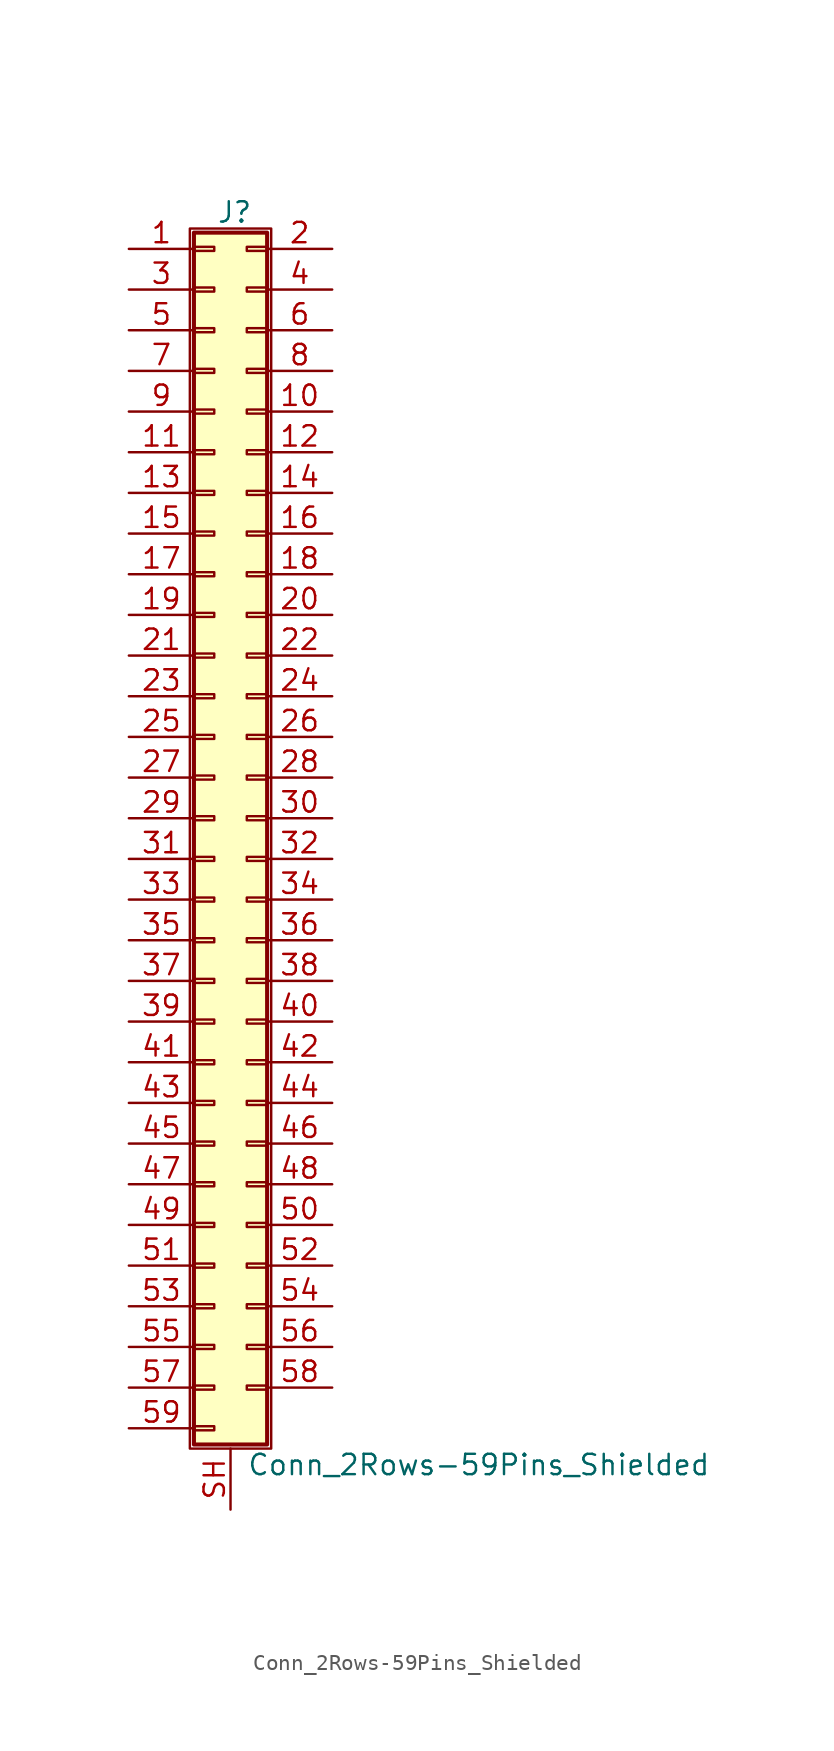
<source format=kicad_sym>
(kicad_symbol_lib
  (version 20201005)
  (generator kicad_symbol_editor)
  (symbol "Connector_Generic_Shielded:Conn_2Rows-59Pins_Shielded"
    (pin_names
      (offset 1.016) hide)
    (property "Reference" "J"
      (at 1.524 37.846 0)
      (effects (font (size 1.27 1.27))))
    (property "Value" "Conn_2Rows-59Pins_Shielded"
      (at 2.286 -40.386 0)
      (effects (font (size 1.27 1.27)) (justify left)))
    (symbol "Conn_2Rows-59Pins_Shielded_1_1"
      (rectangle (start -1.016 -27.813) (end 0.254 -28.067) (stroke (width 0.152)) (fill (type none)))
      (rectangle (start -1.016 -30.353) (end 0.254 -30.607) (stroke (width 0.152)) (fill (type none)))
      (rectangle (start -1.016 -32.893) (end 0.254 -33.147) (stroke (width 0.152)) (fill (type none)))
      (rectangle (start -1.016 -35.433) (end 0.254 -35.687) (stroke (width 0.152)) (fill (type none)))
      (rectangle (start -1.016 -37.973) (end 0.254 -38.227) (stroke (width 0.152)) (fill (type none)))
      (rectangle (start -1.016 -4.953) (end 0.254 -5.207) (stroke (width 0.152)) (fill (type none)))
      (rectangle (start -1.016 -7.493) (end 0.254 -7.747) (stroke (width 0.152)) (fill (type none)))
      (rectangle (start -1.016 -10.033) (end 0.254 -10.287) (stroke (width 0.152)) (fill (type none)))
      (rectangle (start -1.016 -12.573) (end 0.254 -12.827) (stroke (width 0.152)) (fill (type none)))
      (rectangle (start -1.016 -15.113) (end 0.254 -15.367) (stroke (width 0.152)) (fill (type none)))
      (rectangle (start -1.016 -17.653) (end 0.254 -17.907) (stroke (width 0.152)) (fill (type none)))
      (rectangle (start -1.016 -20.193) (end 0.254 -20.447) (stroke (width 0.152)) (fill (type none)))
      (rectangle (start -1.016 -22.733) (end 0.254 -22.987) (stroke (width 0.152)) (fill (type none)))
      (rectangle (start -1.016 -2.413) (end 0.254 -2.667) (stroke (width 0.152)) (fill (type none)))
      (rectangle (start -1.016 -25.273) (end 0.254 -25.527) (stroke (width 0.152)) (fill (type none)))
      (rectangle (start -1.016 25.527) (end 0.254 25.273) (stroke (width 0.152)) (fill (type none)))
      (rectangle (start -1.016 2.667) (end 0.254 2.413) (stroke (width 0.152)) (fill (type none)))
      (rectangle (start -1.016 28.067) (end 0.254 27.813) (stroke (width 0.152)) (fill (type none)))
      (rectangle (start -1.016 30.607) (end 0.254 30.353) (stroke (width 0.152)) (fill (type none)))
      (rectangle (start -1.016 33.147) (end 0.254 32.893) (stroke (width 0.152)) (fill (type none)))
      (rectangle (start -1.016 35.687) (end 0.254 35.433) (stroke (width 0.152)) (fill (type none)))
      (rectangle (start -1.016 36.576) (end 3.556 -39.116) (stroke (width 0.254)) (fill (type background)))
      (rectangle (start -1.016 5.207) (end 0.254 4.953) (stroke (width 0.152)) (fill (type none)))
      (rectangle (start -1.016 7.747) (end 0.254 7.493) (stroke (width 0.152)) (fill (type none)))
      (rectangle (start -1.016 10.287) (end 0.254 10.033) (stroke (width 0.152)) (fill (type none)))
      (rectangle (start -1.016 0.127) (end 0.254 -0.127) (stroke (width 0.152)) (fill (type none)))
      (rectangle (start -1.016 12.827) (end 0.254 12.573) (stroke (width 0.152)) (fill (type none)))
      (rectangle (start -1.016 15.367) (end 0.254 15.113) (stroke (width 0.152)) (fill (type none)))
      (rectangle (start -1.016 17.907) (end 0.254 17.653) (stroke (width 0.152)) (fill (type none)))
      (rectangle (start -1.016 20.447) (end 0.254 20.193) (stroke (width 0.152)) (fill (type none)))
      (rectangle (start -1.016 22.987) (end 0.254 22.733) (stroke (width 0.152)) (fill (type none)))
      (rectangle (start -1.27 36.83) (end 3.81 -39.37) (stroke (width 0.152)) (fill (type none)))
      (rectangle (start 3.556 -27.813) (end 2.286 -28.067) (stroke (width 0.152)) (fill (type none)))
      (rectangle (start 3.556 -30.353) (end 2.286 -30.607) (stroke (width 0.152)) (fill (type none)))
      (rectangle (start 3.556 -32.893) (end 2.286 -33.147) (stroke (width 0.152)) (fill (type none)))
      (rectangle (start 3.556 -35.433) (end 2.286 -35.687) (stroke (width 0.152)) (fill (type none)))
      (rectangle (start 3.556 -4.953) (end 2.286 -5.207) (stroke (width 0.152)) (fill (type none)))
      (rectangle (start 3.556 -7.493) (end 2.286 -7.747) (stroke (width 0.152)) (fill (type none)))
      (rectangle (start 3.556 -10.033) (end 2.286 -10.287) (stroke (width 0.152)) (fill (type none)))
      (rectangle (start 3.556 -12.573) (end 2.286 -12.827) (stroke (width 0.152)) (fill (type none)))
      (rectangle (start 3.556 -15.113) (end 2.286 -15.367) (stroke (width 0.152)) (fill (type none)))
      (rectangle (start 3.556 -17.653) (end 2.286 -17.907) (stroke (width 0.152)) (fill (type none)))
      (rectangle (start 3.556 -20.193) (end 2.286 -20.447) (stroke (width 0.152)) (fill (type none)))
      (rectangle (start 3.556 -22.733) (end 2.286 -22.987) (stroke (width 0.152)) (fill (type none)))
      (rectangle (start 3.556 -2.413) (end 2.286 -2.667) (stroke (width 0.152)) (fill (type none)))
      (rectangle (start 3.556 -25.273) (end 2.286 -25.527) (stroke (width 0.152)) (fill (type none)))
      (rectangle (start 3.556 25.527) (end 2.286 25.273) (stroke (width 0.152)) (fill (type none)))
      (rectangle (start 3.556 2.667) (end 2.286 2.413) (stroke (width 0.152)) (fill (type none)))
      (rectangle (start 3.556 28.067) (end 2.286 27.813) (stroke (width 0.152)) (fill (type none)))
      (rectangle (start 3.556 30.607) (end 2.286 30.353) (stroke (width 0.152)) (fill (type none)))
      (rectangle (start 3.556 33.147) (end 2.286 32.893) (stroke (width 0.152)) (fill (type none)))
      (rectangle (start 3.556 35.687) (end 2.286 35.433) (stroke (width 0.152)) (fill (type none)))
      (rectangle (start 3.556 5.207) (end 2.286 4.953) (stroke (width 0.152)) (fill (type none)))
      (rectangle (start 3.556 7.747) (end 2.286 7.493) (stroke (width 0.152)) (fill (type none)))
      (rectangle (start 3.556 10.287) (end 2.286 10.033) (stroke (width 0.152)) (fill (type none)))
      (rectangle (start 3.556 0.127) (end 2.286 -0.127) (stroke (width 0.152)) (fill (type none)))
      (rectangle (start 3.556 12.827) (end 2.286 12.573) (stroke (width 0.152)) (fill (type none)))
      (rectangle (start 3.556 15.367) (end 2.286 15.113) (stroke (width 0.152)) (fill (type none)))
      (rectangle (start 3.556 17.907) (end 2.286 17.653) (stroke (width 0.152)) (fill (type none)))
      (rectangle (start 3.556 20.447) (end 2.286 20.193) (stroke (width 0.152)) (fill (type none)))
      (rectangle (start 3.556 22.987) (end 2.286 22.733) (stroke (width 0.152)) (fill (type none)))
      (pin passive line (at -5.08 35.56 0) (length 4.064) (name "Pin_1" (effects (font (size 1.27 1.27)))) (number "1" (effects (font (size 1.27 1.27)))))
      (pin passive line (at 7.62 25.4 180) (length 4.064) (name "Pin_10" (effects (font (size 1.27 1.27)))) (number "10" (effects (font (size 1.27 1.27)))))
      (pin passive line (at -5.08 22.86 0) (length 4.064) (name "Pin_11" (effects (font (size 1.27 1.27)))) (number "11" (effects (font (size 1.27 1.27)))))
      (pin passive line (at 7.62 22.86 180) (length 4.064) (name "Pin_12" (effects (font (size 1.27 1.27)))) (number "12" (effects (font (size 1.27 1.27)))))
      (pin passive line (at -5.08 20.32 0) (length 4.064) (name "Pin_13" (effects (font (size 1.27 1.27)))) (number "13" (effects (font (size 1.27 1.27)))))
      (pin passive line (at 7.62 20.32 180) (length 4.064) (name "Pin_14" (effects (font (size 1.27 1.27)))) (number "14" (effects (font (size 1.27 1.27)))))
      (pin passive line (at -5.08 17.78 0) (length 4.064) (name "Pin_15" (effects (font (size 1.27 1.27)))) (number "15" (effects (font (size 1.27 1.27)))))
      (pin passive line (at 7.62 17.78 180) (length 4.064) (name "Pin_16" (effects (font (size 1.27 1.27)))) (number "16" (effects (font (size 1.27 1.27)))))
      (pin passive line (at -5.08 15.24 0) (length 4.064) (name "Pin_17" (effects (font (size 1.27 1.27)))) (number "17" (effects (font (size 1.27 1.27)))))
      (pin passive line (at 7.62 15.24 180) (length 4.064) (name "Pin_18" (effects (font (size 1.27 1.27)))) (number "18" (effects (font (size 1.27 1.27)))))
      (pin passive line (at -5.08 12.7 0) (length 4.064) (name "Pin_19" (effects (font (size 1.27 1.27)))) (number "19" (effects (font (size 1.27 1.27)))))
      (pin passive line (at 7.62 35.56 180) (length 4.064) (name "Pin_2" (effects (font (size 1.27 1.27)))) (number "2" (effects (font (size 1.27 1.27)))))
      (pin passive line (at 7.62 12.7 180) (length 4.064) (name "Pin_20" (effects (font (size 1.27 1.27)))) (number "20" (effects (font (size 1.27 1.27)))))
      (pin passive line (at -5.08 10.16 0) (length 4.064) (name "Pin_21" (effects (font (size 1.27 1.27)))) (number "21" (effects (font (size 1.27 1.27)))))
      (pin passive line (at 7.62 10.16 180) (length 4.064) (name "Pin_22" (effects (font (size 1.27 1.27)))) (number "22" (effects (font (size 1.27 1.27)))))
      (pin passive line (at -5.08 7.62 0) (length 4.064) (name "Pin_23" (effects (font (size 1.27 1.27)))) (number "23" (effects (font (size 1.27 1.27)))))
      (pin passive line (at 7.62 7.62 180) (length 4.064) (name "Pin_24" (effects (font (size 1.27 1.27)))) (number "24" (effects (font (size 1.27 1.27)))))
      (pin passive line (at -5.08 5.08 0) (length 4.064) (name "Pin_25" (effects (font (size 1.27 1.27)))) (number "25" (effects (font (size 1.27 1.27)))))
      (pin passive line (at 7.62 5.08 180) (length 4.064) (name "Pin_26" (effects (font (size 1.27 1.27)))) (number "26" (effects (font (size 1.27 1.27)))))
      (pin passive line (at -5.08 2.54 0) (length 4.064) (name "Pin_27" (effects (font (size 1.27 1.27)))) (number "27" (effects (font (size 1.27 1.27)))))
      (pin passive line (at 7.62 2.54 180) (length 4.064) (name "Pin_28" (effects (font (size 1.27 1.27)))) (number "28" (effects (font (size 1.27 1.27)))))
      (pin passive line (at -5.08 0 0) (length 4.064) (name "Pin_29" (effects (font (size 1.27 1.27)))) (number "29" (effects (font (size 1.27 1.27)))))
      (pin passive line (at -5.08 33.02 0) (length 4.064) (name "Pin_3" (effects (font (size 1.27 1.27)))) (number "3" (effects (font (size 1.27 1.27)))))
      (pin passive line (at 7.62 0 180) (length 4.064) (name "Pin_30" (effects (font (size 1.27 1.27)))) (number "30" (effects (font (size 1.27 1.27)))))
      (pin passive line (at -5.08 -2.54 0) (length 4.064) (name "Pin_31" (effects (font (size 1.27 1.27)))) (number "31" (effects (font (size 1.27 1.27)))))
      (pin passive line (at 7.62 -2.54 180) (length 4.064) (name "Pin_32" (effects (font (size 1.27 1.27)))) (number "32" (effects (font (size 1.27 1.27)))))
      (pin passive line (at -5.08 -5.08 0) (length 4.064) (name "Pin_33" (effects (font (size 1.27 1.27)))) (number "33" (effects (font (size 1.27 1.27)))))
      (pin passive line (at 7.62 -5.08 180) (length 4.064) (name "Pin_34" (effects (font (size 1.27 1.27)))) (number "34" (effects (font (size 1.27 1.27)))))
      (pin passive line (at -5.08 -7.62 0) (length 4.064) (name "Pin_35" (effects (font (size 1.27 1.27)))) (number "35" (effects (font (size 1.27 1.27)))))
      (pin passive line (at 7.62 -7.62 180) (length 4.064) (name "Pin_36" (effects (font (size 1.27 1.27)))) (number "36" (effects (font (size 1.27 1.27)))))
      (pin passive line (at -5.08 -10.16 0) (length 4.064) (name "Pin_37" (effects (font (size 1.27 1.27)))) (number "37" (effects (font (size 1.27 1.27)))))
      (pin passive line (at 7.62 -10.16 180) (length 4.064) (name "Pin_38" (effects (font (size 1.27 1.27)))) (number "38" (effects (font (size 1.27 1.27)))))
      (pin passive line (at -5.08 -12.7 0) (length 4.064) (name "Pin_39" (effects (font (size 1.27 1.27)))) (number "39" (effects (font (size 1.27 1.27)))))
      (pin passive line (at 7.62 33.02 180) (length 4.064) (name "Pin_4" (effects (font (size 1.27 1.27)))) (number "4" (effects (font (size 1.27 1.27)))))
      (pin passive line (at 7.62 -12.7 180) (length 4.064) (name "Pin_40" (effects (font (size 1.27 1.27)))) (number "40" (effects (font (size 1.27 1.27)))))
      (pin passive line (at -5.08 -15.24 0) (length 4.064) (name "Pin_41" (effects (font (size 1.27 1.27)))) (number "41" (effects (font (size 1.27 1.27)))))
      (pin passive line (at 7.62 -15.24 180) (length 4.064) (name "Pin_42" (effects (font (size 1.27 1.27)))) (number "42" (effects (font (size 1.27 1.27)))))
      (pin passive line (at -5.08 -17.78 0) (length 4.064) (name "Pin_43" (effects (font (size 1.27 1.27)))) (number "43" (effects (font (size 1.27 1.27)))))
      (pin passive line (at 7.62 -17.78 180) (length 4.064) (name "Pin_44" (effects (font (size 1.27 1.27)))) (number "44" (effects (font (size 1.27 1.27)))))
      (pin passive line (at -5.08 -20.32 0) (length 4.064) (name "Pin_45" (effects (font (size 1.27 1.27)))) (number "45" (effects (font (size 1.27 1.27)))))
      (pin passive line (at 7.62 -20.32 180) (length 4.064) (name "Pin_46" (effects (font (size 1.27 1.27)))) (number "46" (effects (font (size 1.27 1.27)))))
      (pin passive line (at -5.08 -22.86 0) (length 4.064) (name "Pin_47" (effects (font (size 1.27 1.27)))) (number "47" (effects (font (size 1.27 1.27)))))
      (pin passive line (at 7.62 -22.86 180) (length 4.064) (name "Pin_48" (effects (font (size 1.27 1.27)))) (number "48" (effects (font (size 1.27 1.27)))))
      (pin passive line (at -5.08 -25.4 0) (length 4.064) (name "Pin_49" (effects (font (size 1.27 1.27)))) (number "49" (effects (font (size 1.27 1.27)))))
      (pin passive line (at -5.08 30.48 0) (length 4.064) (name "Pin_5" (effects (font (size 1.27 1.27)))) (number "5" (effects (font (size 1.27 1.27)))))
      (pin passive line (at 7.62 -25.4 180) (length 4.064) (name "Pin_50" (effects (font (size 1.27 1.27)))) (number "50" (effects (font (size 1.27 1.27)))))
      (pin passive line (at -5.08 -27.94 0) (length 4.064) (name "Pin_51" (effects (font (size 1.27 1.27)))) (number "51" (effects (font (size 1.27 1.27)))))
      (pin passive line (at 7.62 -27.94 180) (length 4.064) (name "Pin_52" (effects (font (size 1.27 1.27)))) (number "52" (effects (font (size 1.27 1.27)))))
      (pin passive line (at -5.08 -30.48 0) (length 4.064) (name "Pin_53" (effects (font (size 1.27 1.27)))) (number "53" (effects (font (size 1.27 1.27)))))
      (pin passive line (at 7.62 -30.48 180) (length 4.064) (name "Pin_54" (effects (font (size 1.27 1.27)))) (number "54" (effects (font (size 1.27 1.27)))))
      (pin passive line (at -5.08 -33.02 0) (length 4.064) (name "Pin_55" (effects (font (size 1.27 1.27)))) (number "55" (effects (font (size 1.27 1.27)))))
      (pin passive line (at 7.62 -33.02 180) (length 4.064) (name "Pin_56" (effects (font (size 1.27 1.27)))) (number "56" (effects (font (size 1.27 1.27)))))
      (pin passive line (at -5.08 -35.56 0) (length 4.064) (name "Pin_57" (effects (font (size 1.27 1.27)))) (number "57" (effects (font (size 1.27 1.27)))))
      (pin passive line (at 7.62 -35.56 180) (length 4.064) (name "Pin_58" (effects (font (size 1.27 1.27)))) (number "58" (effects (font (size 1.27 1.27)))))
      (pin passive line (at -5.08 -38.1 0) (length 4.064) (name "Pin_59" (effects (font (size 1.27 1.27)))) (number "59" (effects (font (size 1.27 1.27)))))
      (pin passive line (at 7.62 30.48 180) (length 4.064) (name "Pin_6" (effects (font (size 1.27 1.27)))) (number "6" (effects (font (size 1.27 1.27)))))
      (pin passive line (at -5.08 27.94 0) (length 4.064) (name "Pin_7" (effects (font (size 1.27 1.27)))) (number "7" (effects (font (size 1.27 1.27)))))
      (pin passive line (at 7.62 27.94 180) (length 4.064) (name "Pin_8" (effects (font (size 1.27 1.27)))) (number "8" (effects (font (size 1.27 1.27)))))
      (pin passive line (at -5.08 25.4 0) (length 4.064) (name "Pin_9" (effects (font (size 1.27 1.27)))) (number "9" (effects (font (size 1.27 1.27)))))
      (pin passive line (at 1.27 -43.18 90) (length 3.81) (name "Shield" (effects (font (size 1.27 1.27)))) (number "SH" (effects (font (size 1.27 1.27))))))))
</source>
